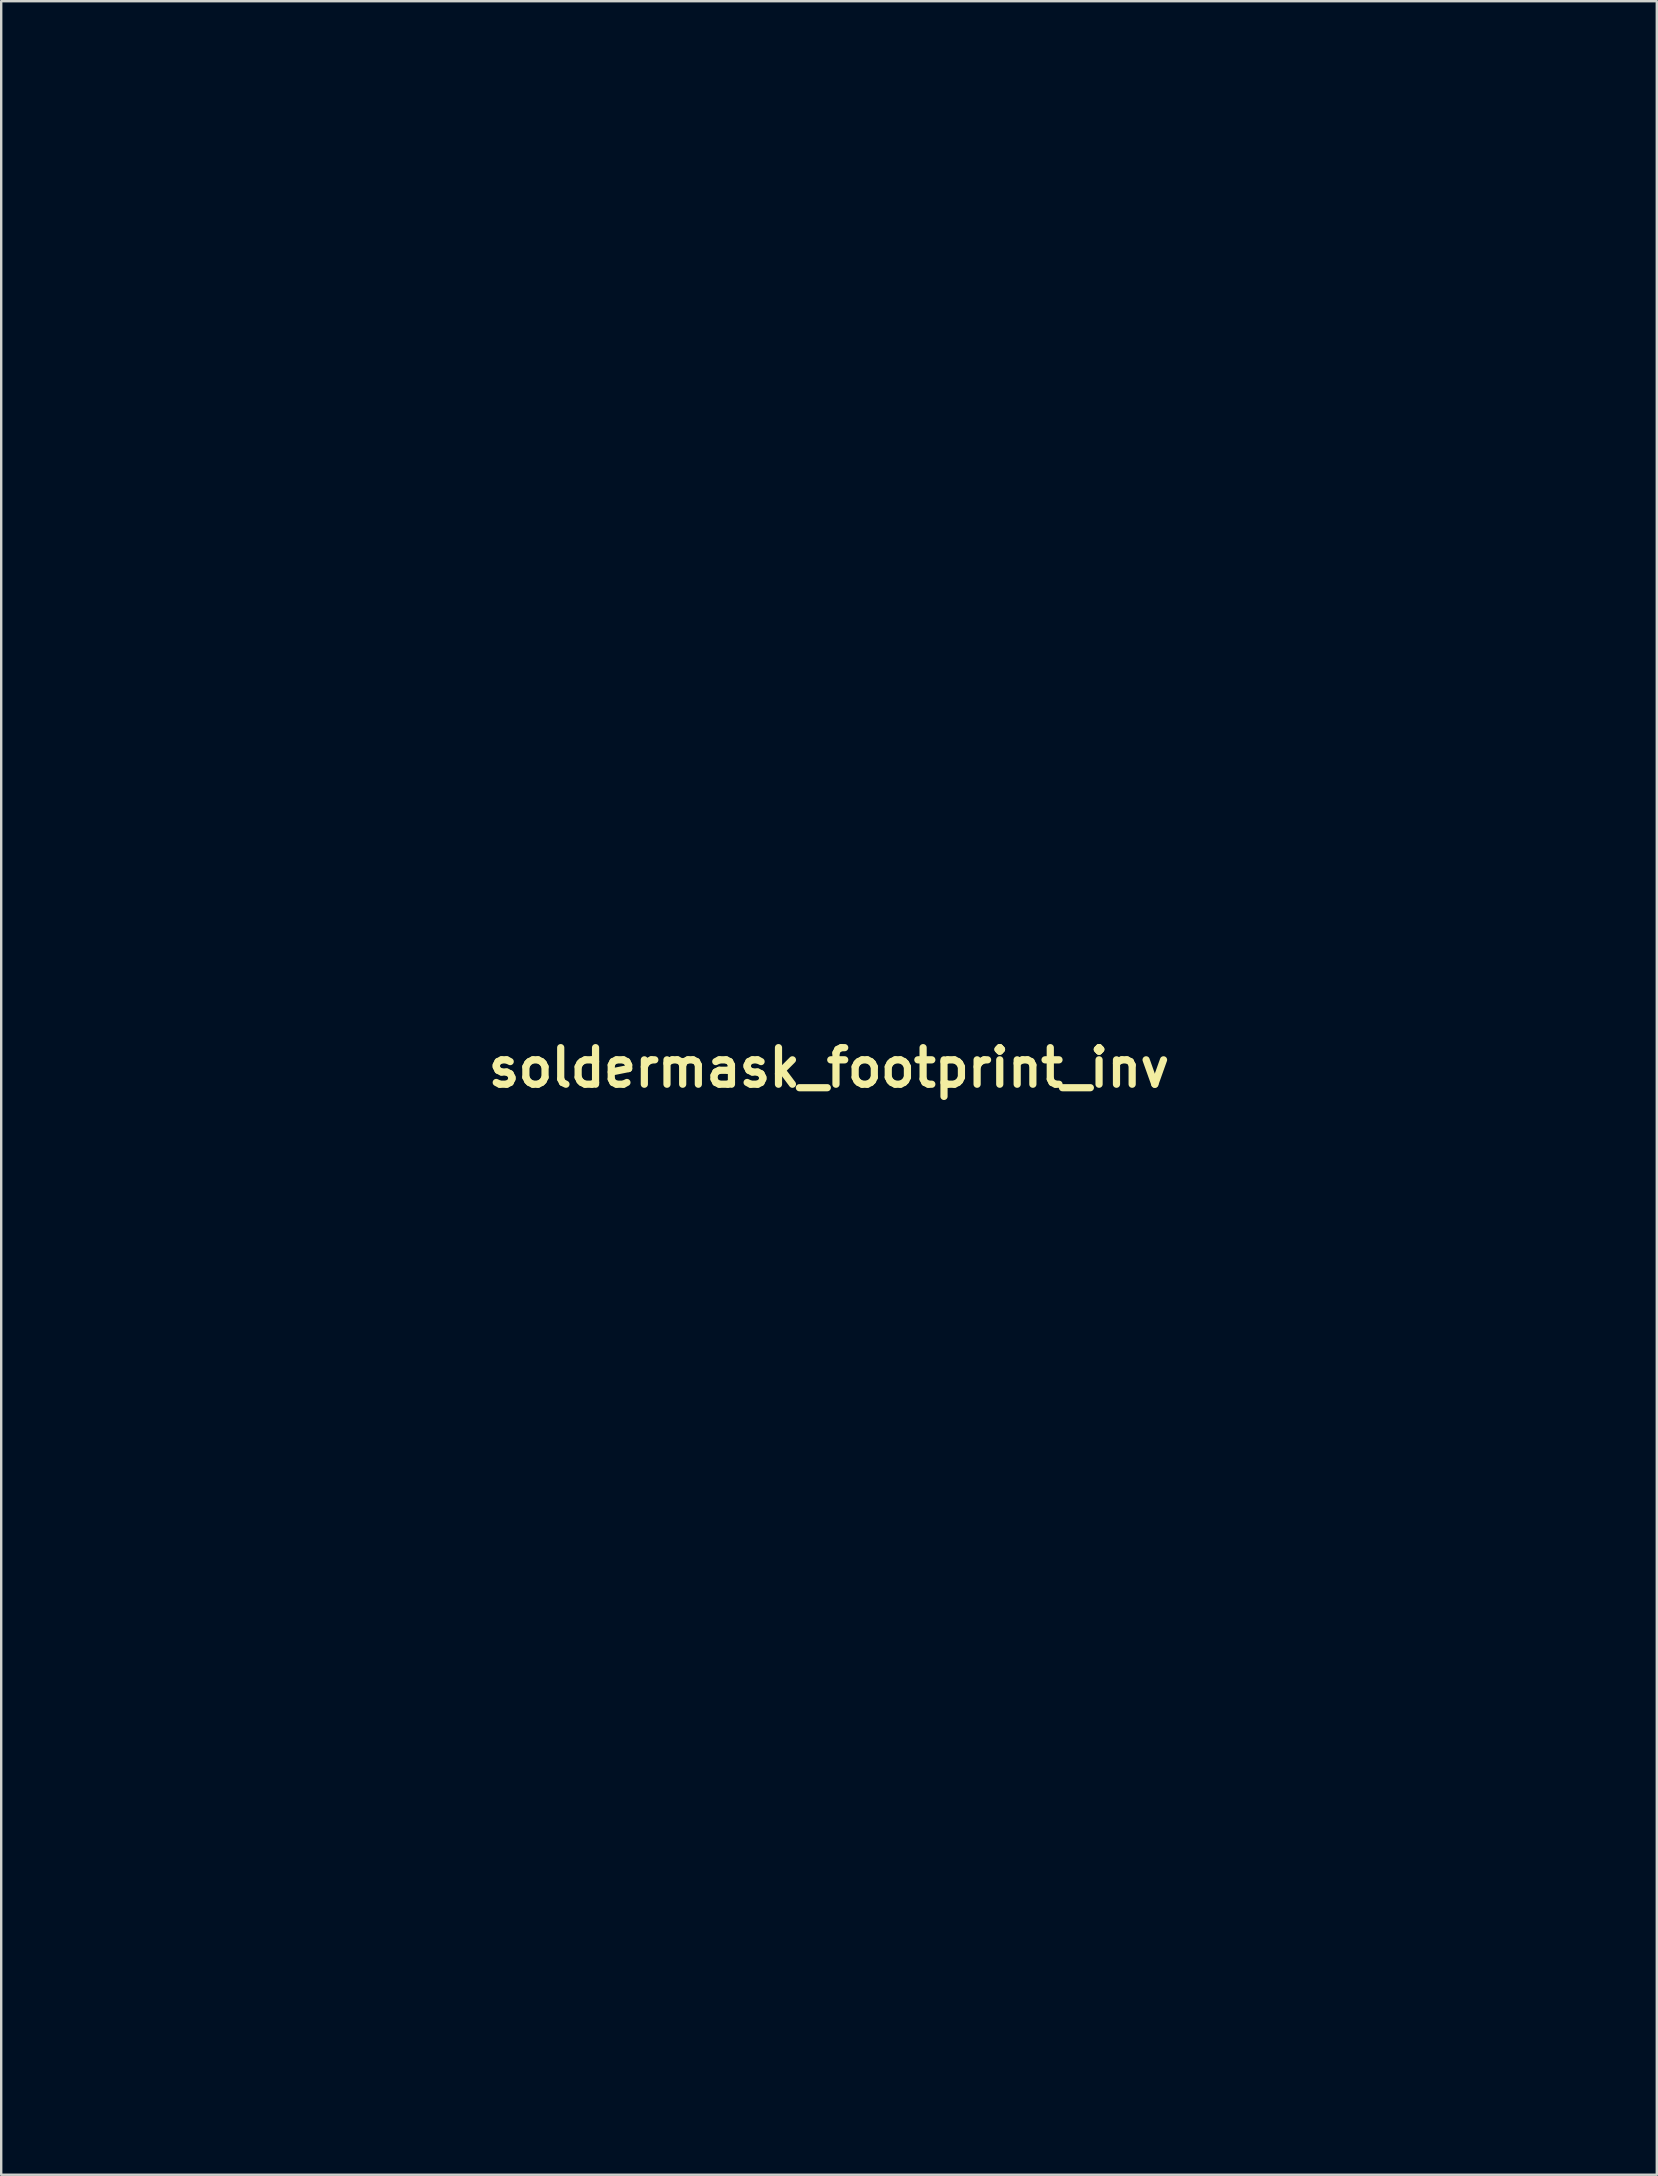
<source format=kicad_pcb>
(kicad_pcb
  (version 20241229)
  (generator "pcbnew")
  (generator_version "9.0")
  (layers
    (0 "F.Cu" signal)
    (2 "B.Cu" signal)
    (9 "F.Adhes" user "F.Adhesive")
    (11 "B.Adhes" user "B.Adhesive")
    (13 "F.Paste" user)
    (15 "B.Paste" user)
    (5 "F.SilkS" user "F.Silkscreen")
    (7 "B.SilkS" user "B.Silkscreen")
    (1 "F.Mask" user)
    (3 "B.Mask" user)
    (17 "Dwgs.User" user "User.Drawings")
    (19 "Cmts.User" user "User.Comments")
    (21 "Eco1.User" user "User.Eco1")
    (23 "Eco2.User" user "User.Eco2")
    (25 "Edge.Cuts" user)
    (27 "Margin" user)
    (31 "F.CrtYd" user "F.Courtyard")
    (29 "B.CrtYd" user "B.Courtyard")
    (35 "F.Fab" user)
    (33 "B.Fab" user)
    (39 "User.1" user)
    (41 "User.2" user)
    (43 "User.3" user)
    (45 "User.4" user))
  (footprint "soldermask_footprint_inv"
    (layer "F.Cu")
    (at 31.482 41.423)
    (property "Reference" "soldermask_footprint_inv" (at 0 0 0) (layer "F.SilkS") (effects (font (size 1.524 1.524) (thickness 0.3))))
    (attr through_hole)
    (fp_poly (pts (xy -11.823 -15.204) (xy -14.315 -15.204) (xy -14.315 -16.806) (xy -11.823 -16.806) (xy -11.823 -15.204)) (stroke (width 0.01) (type solid)) (fill yes) (layer "F.Mask"))
    (fp_poly (pts (xy 14.213 -15.204) (xy 11.721 -15.204) (xy 11.721 -16.806) (xy 14.213 -16.806) (xy 14.213 -15.204)) (stroke (width 0.01) (type solid)) (fill yes) (layer "F.Mask"))
    (fp_poly (pts (xy 25.313 -41.113) (xy -20.213 -41.113) (xy -20.213 -41.418) (xy 25.615 -41.418) (xy 25.313 -41.113)) (stroke (width 0.01) (type solid)) (fill yes) (layer "F.Mask"))
    (fp_poly (pts (xy 29.417 -1.881) (xy 29.138 -1.881) (xy 29.138 -13.094) (xy 29.417 -13.094) (xy 29.417 -1.881)) (stroke (width 0.01) (type solid)) (fill yes) (layer "F.Mask"))
    (fp_poly (pts (xy 31.477 36.333) (xy 29.646 36.333) (xy 29.646 35.748) (xy 31.477 35.748) (xy 31.477 36.333)) (stroke (width 0.01) (type solid)) (fill yes) (layer "F.Mask"))
    (fp_poly (pts (xy -4.322 -7.399) (xy -13.933 -7.399) (xy -13.933 -3.483) (xy -14.315 -3.483) (xy -14.315 -7.78) (xy -4.322 -7.78) (xy -4.322 -7.399)) (stroke (width 0.01) (type solid)) (fill yes) (layer "F.Mask"))
    (fp_poly (pts (xy -29.849 0.903) (xy -28.489 2.263) (xy -27.129 3.623) (xy -27.129 3.916) (xy -31.477 3.916) (xy -31.477 -0.75) (xy -30.86 -1.367) (xy -30.243 -1.983) (xy -29.849 -1.983) (xy -29.849 0.903)) (stroke (width 0.01) (type solid)) (fill yes) (layer "F.Mask"))
    (fp_poly (pts (xy 14.213 -4.399) (xy 8.619 -4.399) (xy 8.619 -4.576) (xy 11.219 -4.583) (xy 13.819 -4.589) (xy 13.825 -5.994) (xy 13.832 -7.399) (xy 4.221 -7.399) (xy 4.221 -7.78) (xy 14.213 -7.78) (xy 14.213 -4.399)) (stroke (width 0.01) (type solid)) (fill yes) (layer "F.Mask"))
    (fp_poly (pts (xy 31.477 -25.705) (xy 29.341 -25.705) (xy 29.341 -14.391) (xy 31.477 -14.391) (xy 31.477 -14.111) (xy 28.731 -14.111) (xy 28.737 -20.156) (xy 28.743 -26.201) (xy 30.11 -26.207) (xy 31.477 -26.214) (xy 31.477 -25.705)) (stroke (width 0.01) (type solid)) (fill yes) (layer "F.Mask"))
    (fp_poly (pts (xy -4.424 -25.197) (xy -14.315 -25.197) (xy -14.315 -38.621) (xy -14.111 -38.621) (xy -14.111 -25.4) (xy -4.602 -25.4) (xy -4.602 -38.621) (xy -14.111 -38.621) (xy -14.315 -38.621) (xy -14.315 -38.799) (xy -4.424 -38.799) (xy -4.424 -25.197)) (stroke (width 0.01) (type solid)) (fill yes) (layer "F.Mask"))
    (fp_poly (pts (xy 3.102 -37.706) (xy -3.204 -37.706) (xy -3.204 -38.621) (xy -3 -38.621) (xy -3 -37.909) (xy 2.898 -37.909) (xy 2.898 -38.621) (xy -3 -38.621) (xy -3.204 -38.621) (xy -3.204 -38.799) (xy 3.102 -38.799) (xy 3.102 -37.706)) (stroke (width 0.01) (type solid)) (fill yes) (layer "F.Mask"))
    (fp_poly (pts (xy 3.102 -30.205) (xy -3.204 -30.205) (xy -3.204 -36.613) (xy -3 -36.613) (xy -3 -30.409) (xy 2.898 -30.409) (xy 2.898 -36.613) (xy -3 -36.613) (xy -3.204 -36.613) (xy -3.204 -36.791) (xy 3.102 -36.791) (xy 3.102 -30.205)) (stroke (width 0.01) (type solid)) (fill yes) (layer "F.Mask"))
    (fp_poly (pts (xy 3.102 -25.197) (xy -3.204 -25.197) (xy -3.204 -29.112) (xy -3 -29.112) (xy -3 -25.4) (xy 2.898 -25.4) (xy 2.898 -29.112) (xy -3 -29.112) (xy -3.204 -29.112) (xy -3.204 -29.29) (xy 3.102 -29.29) (xy 3.102 -25.197)) (stroke (width 0.01) (type solid)) (fill yes) (layer "F.Mask"))
    (fp_poly (pts (xy 14.111 -31.197) (xy 4.297 -31.197) (xy 4.297 -31.4) (xy 4.5 -31.4) (xy 13.92 -31.413) (xy 13.92 -36.117) (xy 4.5 -36.13) (xy 4.5 -31.4) (xy 4.297 -31.4) (xy 4.297 -36.282) (xy 14.111 -36.282) (xy 14.111 -31.197)) (stroke (width 0.01) (type solid)) (fill yes) (layer "F.Mask"))
    (fp_poly (pts (xy 14.111 -25.197) (xy 4.297 -25.197) (xy 4.297 -30.104) (xy 4.5 -30.104) (xy 4.5 -25.4) (xy 9.21 -25.406) (xy 13.92 -25.413) (xy 13.927 -27.758) (xy 13.933 -30.104) (xy 4.5 -30.104) (xy 4.297 -30.104) (xy 4.297 -30.282) (xy 14.111 -30.282) (xy 14.111 -25.197)) (stroke (width 0.01) (type solid)) (fill yes) (layer "F.Mask"))
    (fp_poly (pts (xy -18.739 1.614) (xy -18.973 1.849) (xy -19.062 1.937) (xy -19.137 2.01) (xy -19.192 2.061) (xy -19.22 2.084) (xy -19.222 2.085) (xy -19.244 2.068) (xy -19.294 2.021) (xy -19.367 1.952) (xy -19.454 1.866) (xy -19.476 1.843) (xy -19.716 1.602) (xy -19.476 1.36) (xy -19.235 1.119) (xy -18.739 1.614)) (stroke (width 0.01) (type solid)) (fill yes) (layer "F.Mask"))
    (fp_poly (pts (xy -28.832 -30.995) (xy -28.832 -30.071) (xy -28.833 -29.853) (xy -28.834 -29.595) (xy -28.835 -29.306) (xy -28.838 -28.995) (xy -28.84 -28.673) (xy -28.843 -28.349) (xy -28.846 -28.034) (xy -28.849 -27.769) (xy -28.866 -26.392) (xy -31.477 -26.392) (xy -31.477 -26.697) (xy -29.138 -26.697) (xy -29.131 -29.04) (xy -29.125 -31.384) (xy -28.832 -30.995)) (stroke (width 0.01) (type solid)) (fill yes) (layer "F.Mask"))
    (fp_poly (pts (xy -23.828 -41.105) (xy -23.621 -40.922) (xy -23.621 -40.574) (xy -23.62 -40.227) (xy -23.813 -40.053) (xy -23.896 -39.98) (xy -23.968 -39.92) (xy -24.018 -39.883) (xy -24.035 -39.874) (xy -24.065 -39.888) (xy -24.123 -39.93) (xy -24.198 -39.994) (xy -24.263 -40.052) (xy -24.46 -40.236) (xy -24.459 -40.907) (xy -24.338 -41.019) (xy -24.257 -41.094) (xy -24.174 -41.168) (xy -24.127 -41.21) (xy -24.036 -41.288) (xy -23.828 -41.105)) (stroke (width 0.01) (type solid)) (fill yes) (layer "F.Mask"))
    (fp_poly (pts (xy 3.229 -6.687) (xy 2.924 -6.687) (xy 2.924 -7.116) (xy 2.923 -7.29) (xy 2.918 -7.42) (xy 2.909 -7.509) (xy 2.895 -7.565) (xy 2.873 -7.592) (xy 2.843 -7.596) (xy 2.815 -7.588) (xy 2.791 -7.573) (xy 2.773 -7.544) (xy 2.761 -7.495) (xy 2.753 -7.418) (xy 2.748 -7.307) (xy 2.747 -7.155) (xy 2.746 -7.075) (xy 2.746 -6.687) (xy 2.441 -6.687) (xy 2.441 -7.806) (xy 3.229 -7.806) (xy 3.229 -6.687)) (stroke (width 0.01) (type solid)) (fill yes) (layer "F.Mask"))
    (fp_poly (pts (xy -2.568 -7.146) (xy -2.803 -7.139) (xy -3.038 -7.132) (xy -3.046 -6.909) (xy -3.053 -6.687) (xy -3.356 -6.687) (xy -3.356 -7.432) (xy -3.053 -7.432) (xy -3.042 -7.377) (xy -3.034 -7.365) (xy -2.987 -7.348) (xy -2.929 -7.362) (xy -2.9 -7.385) (xy -2.874 -7.445) (xy -2.881 -7.51) (xy -2.913 -7.566) (xy -2.961 -7.597) (xy -3.009 -7.594) (xy -3.034 -7.562) (xy -3.05 -7.5) (xy -3.053 -7.432) (xy -3.356 -7.432) (xy -3.356 -7.806) (xy -2.568 -7.806) (xy -2.568 -7.146)) (stroke (width 0.01) (type solid)) (fill yes) (layer "F.Mask"))
    (fp_poly (pts (xy 29.405 -37.554) (xy 29.407 -37.48) (xy 29.408 -37.361) (xy 29.409 -37.197) (xy 29.41 -36.993) (xy 29.411 -36.749) (xy 29.412 -36.469) (xy 29.413 -36.155) (xy 29.414 -35.809) (xy 29.415 -35.433) (xy 29.415 -35.031) (xy 29.416 -34.604) (xy 29.416 -34.155) (xy 29.417 -33.685) (xy 29.417 -33.199) (xy 29.417 -32.697) (xy 29.417 -32.392) (xy 29.417 -27.205) (xy 29.138 -27.205) (xy 29.138 -37.414) (xy 29.265 -37.496) (xy 29.334 -37.54) (xy 29.385 -37.57) (xy 29.404 -37.579) (xy 29.405 -37.554)) (stroke (width 0.01) (type solid)) (fill yes) (layer "F.Mask"))
    (fp_poly (pts (xy 2.263 -6.687) (xy 1.475 -6.687) (xy 1.475 -7.233) (xy 1.78 -7.233) (xy 1.783 -7.103) (xy 1.794 -7.014) (xy 1.813 -6.957) (xy 1.819 -6.947) (xy 1.861 -6.9) (xy 1.896 -6.896) (xy 1.927 -6.921) (xy 1.942 -6.961) (xy 1.953 -7.038) (xy 1.958 -7.141) (xy 1.96 -7.254) (xy 1.956 -7.368) (xy 1.949 -7.467) (xy 1.937 -7.541) (xy 1.923 -7.574) (xy 1.87 -7.592) (xy 1.821 -7.567) (xy 1.795 -7.518) (xy 1.789 -7.468) (xy 1.783 -7.383) (xy 1.78 -7.277) (xy 1.78 -7.233) (xy 1.475 -7.233) (xy 1.475 -7.806) (xy 2.263 -7.806) (xy 2.263 -6.687)) (stroke (width 0.01) (type solid)) (fill yes) (layer "F.Mask"))
    (fp_poly (pts (xy 9.865 -6.928) (xy 10.059 -6.855) (xy 10.234 -6.743) (xy 10.382 -6.597) (xy 10.485 -6.438) (xy 10.564 -6.229) (xy 10.593 -6.014) (xy 10.573 -5.798) (xy 10.503 -5.588) (xy 10.488 -5.555) (xy 10.37 -5.374) (xy 10.219 -5.227) (xy 10.04 -5.118) (xy 9.841 -5.049) (xy 9.629 -5.025) (xy 9.463 -5.038) (xy 9.263 -5.094) (xy 9.083 -5.192) (xy 8.929 -5.324) (xy 8.804 -5.483) (xy 8.714 -5.664) (xy 8.664 -5.859) (xy 8.657 -6.061) (xy 8.669 -6.153) (xy 8.735 -6.369) (xy 8.842 -6.558) (xy 8.986 -6.716) (xy 9.162 -6.839) (xy 9.367 -6.922) (xy 9.452 -6.942) (xy 9.66 -6.958) (xy 9.865 -6.928)) (stroke (width 0.01) (type solid)) (fill yes) (layer "F.Mask"))
    (fp_poly (pts (xy -28.629 -14.391) (xy -28.044 -14.391) (xy -28.043 -7.075) (xy -28.042 0.242) (xy -27.299 1.034) (xy -26.557 1.827) (xy -23.277 1.833) (xy -22.641 2.772) (xy -22.508 2.969) (xy -22.383 3.154) (xy -22.269 3.323) (xy -22.169 3.471) (xy -22.086 3.593) (xy -22.023 3.686) (xy -21.983 3.745) (xy -21.971 3.763) (xy -21.957 3.787) (xy -21.959 3.802) (xy -21.988 3.81) (xy -22.05 3.813) (xy -22.154 3.814) (xy -22.164 3.814) (xy -22.392 3.814) (xy -23.024 2.911) (xy -24.93 2.905) (xy -26.837 2.898) (xy -27.987 1.748) (xy -29.138 0.598) (xy -29.138 -13.196) (xy -31.477 -13.196) (xy -31.477 -14.798) (xy -28.629 -14.798) (xy -28.629 -14.391)) (stroke (width 0.01) (type solid)) (fill yes) (layer "F.Mask"))
    (fp_poly (pts (xy 12.683 -6.922) (xy 12.829 -6.868) (xy 13.007 -6.765) (xy 13.146 -6.638) (xy 13.257 -6.477) (xy 13.285 -6.423) (xy 13.365 -6.209) (xy 13.394 -5.996) (xy 13.373 -5.784) (xy 13.301 -5.577) (xy 13.29 -5.555) (xy 13.173 -5.375) (xy 13.021 -5.228) (xy 12.842 -5.118) (xy 12.642 -5.049) (xy 12.429 -5.025) (xy 12.261 -5.038) (xy 12.06 -5.095) (xy 11.88 -5.193) (xy 11.727 -5.327) (xy 11.604 -5.489) (xy 11.516 -5.675) (xy 11.468 -5.877) (xy 11.464 -6.089) (xy 11.472 -6.148) (xy 11.527 -6.352) (xy 11.622 -6.532) (xy 11.751 -6.685) (xy 11.908 -6.807) (xy 12.086 -6.895) (xy 12.278 -6.946) (xy 12.48 -6.956) (xy 12.683 -6.922)) (stroke (width 0.01) (type solid)) (fill yes) (layer "F.Mask"))
    (fp_poly (pts (xy 24.6 39.807) (xy 24.68 39.826) (xy 24.792 39.859) (xy 24.926 39.903) (xy 24.971 39.92) (xy 25.16 39.988) (xy 25.306 40.042) (xy 25.414 40.084) (xy 25.49 40.118) (xy 25.539 40.145) (xy 25.566 40.168) (xy 25.577 40.19) (xy 25.578 40.201) (xy 25.559 40.253) (xy 25.509 40.322) (xy 25.442 40.393) (xy 25.367 40.455) (xy 25.313 40.487) (xy 25.217 40.515) (xy 25.094 40.526) (xy 24.964 40.52) (xy 24.849 40.497) (xy 24.835 40.492) (xy 24.707 40.434) (xy 24.612 40.359) (xy 24.544 40.272) (xy 24.501 40.181) (xy 24.478 40.078) (xy 24.475 39.975) (xy 24.491 39.886) (xy 24.527 39.824) (xy 24.558 39.804) (xy 24.6 39.807)) (stroke (width 0.01) (type solid)) (fill yes) (layer "F.Mask"))
    (fp_poly (pts (xy 1.297 -7.475) (xy 1.144 -7.475) (xy 1.053 -7.479) (xy 1.005 -7.49) (xy 0.992 -7.51) (xy 0.974 -7.554) (xy 0.951 -7.579) (xy 0.916 -7.598) (xy 0.885 -7.58) (xy 0.862 -7.554) (xy 0.834 -7.492) (xy 0.817 -7.395) (xy 0.809 -7.279) (xy 0.811 -7.158) (xy 0.824 -7.049) (xy 0.846 -6.967) (xy 0.862 -6.938) (xy 0.9 -6.9) (xy 0.93 -6.899) (xy 0.951 -6.913) (xy 0.985 -6.958) (xy 0.987 -6.998) (xy 0.957 -7.017) (xy 0.953 -7.017) (xy 0.928 -7.032) (xy 0.917 -7.083) (xy 0.915 -7.132) (xy 0.915 -7.246) (xy 1.297 -7.246) (xy 1.297 -6.687) (xy 0.509 -6.687) (xy 0.509 -7.806) (xy 1.297 -7.806) (xy 1.297 -7.475)) (stroke (width 0.01) (type solid)) (fill yes) (layer "F.Mask"))
    (fp_poly (pts (xy -1.602 -6.687) (xy -1.907 -6.687) (xy -1.907 -6.803) (xy -1.909 -6.874) (xy -1.92 -6.906) (xy -1.952 -6.914) (xy -1.99 -6.911) (xy -2.042 -6.902) (xy -2.067 -6.878) (xy -2.078 -6.823) (xy -2.08 -6.795) (xy -2.088 -6.687) (xy -2.39 -6.687) (xy -2.39 -7.324) (xy -2.085 -7.324) (xy -2.083 -7.235) (xy -2.076 -7.167) (xy -2.068 -7.136) (xy -2.032 -7.124) (xy -1.979 -7.119) (xy -1.907 -7.119) (xy -1.907 -7.332) (xy -1.909 -7.446) (xy -1.918 -7.52) (xy -1.934 -7.563) (xy -1.948 -7.579) (xy -1.982 -7.598) (xy -2.014 -7.58) (xy -2.037 -7.554) (xy -2.066 -7.503) (xy -2.081 -7.43) (xy -2.085 -7.324) (xy -2.39 -7.324) (xy -2.39 -7.806) (xy -1.602 -7.806) (xy -1.602 -6.687)) (stroke (width 0.01) (type solid)) (fill yes) (layer "F.Mask"))
    (fp_poly (pts (xy 0.331 -6.687) (xy 0.025 -6.687) (xy 0.025 -6.803) (xy 0.024 -6.874) (xy 0.012 -6.906) (xy -0.019 -6.914) (xy -0.057 -6.911) (xy -0.11 -6.902) (xy -0.135 -6.878) (xy -0.145 -6.823) (xy -0.148 -6.795) (xy -0.155 -6.687) (xy -0.458 -6.687) (xy -0.458 -7.324) (xy -0.153 -7.324) (xy -0.15 -7.235) (xy -0.144 -7.167) (xy -0.136 -7.136) (xy -0.1 -7.124) (xy -0.047 -7.119) (xy 0.025 -7.119) (xy 0.025 -7.332) (xy 0.023 -7.446) (xy 0.015 -7.52) (xy -0.002 -7.563) (xy -0.016 -7.579) (xy -0.05 -7.598) (xy -0.082 -7.58) (xy -0.105 -7.554) (xy -0.133 -7.503) (xy -0.148 -7.43) (xy -0.153 -7.324) (xy -0.458 -7.324) (xy -0.458 -7.806) (xy 0.331 -7.806) (xy 0.331 -6.687)) (stroke (width 0.01) (type solid)) (fill yes) (layer "F.Mask"))
    (fp_poly (pts (xy 31.477 -0.102) (xy -18.027 -0.102) (xy -18.027 1.309) (xy -18.624 0.712) (xy -19.222 0.115) (xy -19.972 0.865) (xy -20.722 1.615) (xy -19.972 2.364) (xy -19.222 3.114) (xy -18.624 2.517) (xy -18.027 1.92) (xy -18.027 3.432) (xy 31.477 3.432) (xy 31.477 3.916) (xy -21.047 3.916) (xy -21.781 2.77) (xy -21.92 2.553) (xy -22.05 2.349) (xy -22.17 2.161) (xy -22.275 1.995) (xy -22.365 1.854) (xy -22.435 1.742) (xy -22.485 1.663) (xy -22.511 1.621) (xy -22.514 1.615) (xy -22.5 1.592) (xy -22.46 1.532) (xy -22.397 1.437) (xy -22.313 1.313) (xy -22.211 1.162) (xy -22.094 0.989) (xy -21.963 0.797) (xy -21.823 0.591) (xy -21.768 0.51) (xy -21.021 -0.585) (xy 31.477 -0.585) (xy 31.477 -0.102)) (stroke (width 0.01) (type solid)) (fill yes) (layer "F.Mask"))
    (fp_poly (pts (xy -28.205 -33.757) (xy -28.135 -33.737) (xy -28.045 -33.709) (xy -27.948 -33.678) (xy -27.857 -33.647) (xy -27.786 -33.621) (xy -27.748 -33.604) (xy -27.746 -33.602) (xy -27.746 -33.574) (xy -27.756 -33.507) (xy -27.773 -33.413) (xy -27.791 -33.326) (xy -27.848 -33.061) (xy -28.139 -32.892) (xy -28.25 -32.829) (xy -28.349 -32.777) (xy -28.425 -32.74) (xy -28.469 -32.725) (xy -28.472 -32.725) (xy -28.514 -32.733) (xy -28.59 -32.755) (xy -28.689 -32.786) (xy -28.743 -32.804) (xy -28.842 -32.838) (xy -28.921 -32.865) (xy -28.968 -32.882) (xy -28.976 -32.885) (xy -28.973 -32.909) (xy -28.96 -32.973) (xy -28.941 -33.066) (xy -28.922 -33.153) (xy -28.885 -33.303) (xy -28.85 -33.402) (xy -28.819 -33.451) (xy -28.817 -33.452) (xy -28.761 -33.489) (xy -28.679 -33.538) (xy -28.581 -33.594) (xy -28.479 -33.65) (xy -28.383 -33.701) (xy -28.304 -33.74) (xy -28.254 -33.762) (xy -28.242 -33.765) (xy -28.205 -33.757)) (stroke (width 0.01) (type solid)) (fill yes) (layer "F.Mask"))
    (fp_poly (pts (xy -18.591 -9.388) (xy -18.365 -9.353) (xy -18.136 -9.284) (xy -17.906 -9.182) (xy -17.681 -9.048) (xy -17.464 -8.883) (xy -17.26 -8.687) (xy -17.073 -8.461) (xy -16.997 -8.354) (xy -16.835 -8.076) (xy -16.717 -7.797) (xy -16.643 -7.521) (xy -16.613 -7.251) (xy -16.628 -6.992) (xy -16.69 -6.747) (xy -16.744 -6.619) (xy -16.86 -6.43) (xy -17.008 -6.281) (xy -17.188 -6.17) (xy -17.402 -6.096) (xy -17.438 -6.088) (xy -17.589 -6.062) (xy -17.724 -6.056) (xy -17.868 -6.07) (xy -17.976 -6.089) (xy -18.254 -6.169) (xy -18.526 -6.296) (xy -18.786 -6.463) (xy -19.027 -6.667) (xy -19.245 -6.901) (xy -19.433 -7.163) (xy -19.567 -7.408) (xy -19.682 -7.697) (xy -19.752 -7.978) (xy -19.775 -8.25) (xy -19.751 -8.509) (xy -19.681 -8.752) (xy -19.637 -8.849) (xy -19.52 -9.032) (xy -19.375 -9.176) (xy -19.206 -9.284) (xy -19.016 -9.354) (xy -18.81 -9.389) (xy -18.591 -9.388)) (stroke (width 0.01) (type solid)) (fill yes) (layer "F.Mask"))
    (fp_poly (pts (xy -11.836 -6.951) (xy -11.547 -6.927) (xy -11.283 -6.861) (xy -11.04 -6.749) (xy -10.814 -6.591) (xy -10.641 -6.43) (xy -10.454 -6.201) (xy -10.316 -5.956) (xy -10.224 -5.692) (xy -10.18 -5.41) (xy -10.178 -5.174) (xy -10.214 -4.888) (xy -10.293 -4.627) (xy -10.416 -4.387) (xy -10.585 -4.164) (xy -10.676 -4.068) (xy -10.903 -3.877) (xy -11.148 -3.733) (xy -11.413 -3.637) (xy -11.696 -3.587) (xy -11.999 -3.585) (xy -12.043 -3.589) (xy -12.319 -3.637) (xy -12.577 -3.734) (xy -12.82 -3.878) (xy -13.048 -4.071) (xy -13.058 -4.08) (xy -13.248 -4.3) (xy -13.391 -4.535) (xy -13.488 -4.787) (xy -13.538 -5.059) (xy -13.545 -5.356) (xy -13.545 -5.362) (xy -13.506 -5.654) (xy -13.422 -5.927) (xy -13.294 -6.177) (xy -13.125 -6.4) (xy -12.918 -6.592) (xy -12.675 -6.751) (xy -12.573 -6.802) (xy -12.406 -6.871) (xy -12.253 -6.917) (xy -12.093 -6.942) (xy -11.91 -6.951) (xy -11.836 -6.951)) (stroke (width 0.01) (type solid)) (fill yes) (layer "F.Mask"))
    (fp_poly (pts (xy -22.788 -12.314) (xy -22.51 -12.251) (xy -22.239 -12.139) (xy -21.976 -11.978) (xy -21.718 -11.766) (xy -21.628 -11.68) (xy -21.406 -11.425) (xy -21.223 -11.152) (xy -21.084 -10.865) (xy -20.991 -10.57) (xy -20.945 -10.271) (xy -20.94 -10.157) (xy -20.958 -9.9) (xy -21.017 -9.67) (xy -21.114 -9.469) (xy -21.249 -9.301) (xy -21.42 -9.167) (xy -21.604 -9.076) (xy -21.763 -9.034) (xy -21.946 -9.012) (xy -22.135 -9.012) (xy -22.306 -9.036) (xy -22.311 -9.037) (xy -22.617 -9.133) (xy -22.906 -9.275) (xy -23.175 -9.457) (xy -23.419 -9.677) (xy -23.633 -9.931) (xy -23.814 -10.213) (xy -23.958 -10.52) (xy -24.01 -10.669) (xy -24.075 -10.943) (xy -24.096 -11.207) (xy -24.074 -11.459) (xy -24.009 -11.69) (xy -23.977 -11.763) (xy -23.878 -11.935) (xy -23.759 -12.069) (xy -23.609 -12.178) (xy -23.526 -12.222) (xy -23.431 -12.267) (xy -23.355 -12.296) (xy -23.278 -12.313) (xy -23.185 -12.322) (xy -23.074 -12.327) (xy -22.788 -12.314)) (stroke (width 0.01) (type solid)) (fill yes) (layer "F.Mask"))
    (fp_poly (pts (xy -19.959 -33.779) (xy -19.895 -33.747) (xy -19.809 -33.701) (xy -19.71 -33.647) (xy -19.609 -33.591) (xy -19.516 -33.537) (xy -19.442 -33.493) (xy -19.398 -33.464) (xy -19.394 -33.461) (xy -19.383 -33.433) (xy -19.365 -33.368) (xy -19.343 -33.278) (xy -19.32 -33.177) (xy -19.299 -33.078) (xy -19.282 -32.994) (xy -19.273 -32.936) (xy -19.272 -32.924) (xy -19.295 -32.91) (xy -19.354 -32.885) (xy -19.438 -32.855) (xy -19.534 -32.822) (xy -19.63 -32.791) (xy -19.715 -32.766) (xy -19.776 -32.752) (xy -19.797 -32.749) (xy -19.826 -32.762) (xy -19.89 -32.796) (xy -19.979 -32.845) (xy -20.085 -32.906) (xy -20.094 -32.912) (xy -20.2 -32.974) (xy -20.289 -33.028) (xy -20.353 -33.067) (xy -20.382 -33.087) (xy -20.383 -33.087) (xy -20.394 -33.117) (xy -20.412 -33.185) (xy -20.435 -33.281) (xy -20.454 -33.365) (xy -20.511 -33.629) (xy -20.266 -33.71) (xy -20.159 -33.744) (xy -20.069 -33.771) (xy -20.008 -33.787) (xy -19.989 -33.79) (xy -19.959 -33.779)) (stroke (width 0.01) (type solid)) (fill yes) (layer "F.Mask"))
    (fp_poly (pts (xy 6.618 -6.935) (xy 6.64 -6.931) (xy 6.923 -6.852) (xy 7.183 -6.729) (xy 7.417 -6.566) (xy 7.618 -6.367) (xy 7.784 -6.133) (xy 7.827 -6.055) (xy 7.915 -5.866) (xy 7.973 -5.69) (xy 8.006 -5.508) (xy 8.017 -5.301) (xy 8.017 -5.25) (xy 8.014 -5.104) (xy 8.003 -4.989) (xy 7.984 -4.886) (xy 7.952 -4.776) (xy 7.95 -4.767) (xy 7.835 -4.492) (xy 7.683 -4.248) (xy 7.497 -4.038) (xy 7.281 -3.864) (xy 7.038 -3.729) (xy 6.774 -3.636) (xy 6.491 -3.587) (xy 6.195 -3.584) (xy 6.136 -3.59) (xy 5.86 -3.643) (xy 5.599 -3.743) (xy 5.359 -3.884) (xy 5.145 -4.062) (xy 4.962 -4.273) (xy 4.815 -4.514) (xy 4.74 -4.689) (xy 4.665 -4.965) (xy 4.638 -5.243) (xy 4.657 -5.518) (xy 4.72 -5.784) (xy 4.824 -6.036) (xy 4.967 -6.268) (xy 5.147 -6.475) (xy 5.363 -6.652) (xy 5.569 -6.773) (xy 5.834 -6.883) (xy 6.092 -6.946) (xy 6.35 -6.963) (xy 6.618 -6.935)) (stroke (width 0.01) (type solid)) (fill yes) (layer "F.Mask"))
    (fp_poly (pts (xy 23.135 -12.321) (xy 23.302 -12.291) (xy 23.422 -12.25) (xy 23.609 -12.136) (xy 23.768 -11.984) (xy 23.895 -11.8) (xy 23.982 -11.593) (xy 23.992 -11.56) (xy 24.017 -11.411) (xy 24.026 -11.233) (xy 24.019 -11.043) (xy 23.996 -10.86) (xy 23.976 -10.765) (xy 23.885 -10.487) (xy 23.758 -10.223) (xy 23.6 -9.975) (xy 23.416 -9.748) (xy 23.21 -9.545) (xy 22.988 -9.368) (xy 22.752 -9.223) (xy 22.509 -9.112) (xy 22.262 -9.038) (xy 22.016 -9.005) (xy 21.776 -9.016) (xy 21.674 -9.036) (xy 21.458 -9.113) (xy 21.271 -9.231) (xy 21.116 -9.386) (xy 20.996 -9.575) (xy 20.914 -9.795) (xy 20.897 -9.863) (xy 20.882 -9.991) (xy 20.88 -10.15) (xy 20.889 -10.321) (xy 20.909 -10.486) (xy 20.936 -10.615) (xy 21.028 -10.877) (xy 21.161 -11.142) (xy 21.328 -11.397) (xy 21.521 -11.631) (xy 21.584 -11.696) (xy 21.845 -11.923) (xy 22.122 -12.103) (xy 22.415 -12.237) (xy 22.603 -12.295) (xy 22.769 -12.324) (xy 22.952 -12.332) (xy 23.135 -12.321)) (stroke (width 0.01) (type solid)) (fill yes) (layer "F.Mask"))
    (fp_poly (pts (xy -6.2 -6.948) (xy -6.09 -6.941) (xy -5.998 -6.928) (xy -5.907 -6.905) (xy -5.835 -6.883) (xy -5.564 -6.768) (xy -5.322 -6.615) (xy -5.113 -6.428) (xy -4.938 -6.21) (xy -4.803 -5.967) (xy -4.709 -5.702) (xy -4.66 -5.42) (xy -4.653 -5.265) (xy -4.678 -4.977) (xy -4.75 -4.703) (xy -4.864 -4.448) (xy -5.019 -4.216) (xy -5.211 -4.012) (xy -5.436 -3.841) (xy -5.691 -3.706) (xy -5.842 -3.65) (xy -6.005 -3.611) (xy -6.198 -3.587) (xy -6.4 -3.582) (xy -6.526 -3.589) (xy -6.801 -3.637) (xy -7.059 -3.733) (xy -7.301 -3.877) (xy -7.529 -4.069) (xy -7.542 -4.082) (xy -7.733 -4.305) (xy -7.878 -4.547) (xy -7.975 -4.809) (xy -8.026 -5.091) (xy -8.034 -5.265) (xy -8.01 -5.555) (xy -7.94 -5.829) (xy -7.826 -6.084) (xy -7.672 -6.316) (xy -7.481 -6.52) (xy -7.255 -6.692) (xy -6.999 -6.827) (xy -6.852 -6.883) (xy -6.752 -6.913) (xy -6.662 -6.933) (xy -6.567 -6.944) (xy -6.448 -6.949) (xy -6.344 -6.949) (xy -6.2 -6.948)) (stroke (width 0.01) (type solid)) (fill yes) (layer "F.Mask"))
    (fp_poly (pts (xy -0.636 -7.589) (xy -0.637 -7.484) (xy -0.641 -7.42) (xy -0.651 -7.387) (xy -0.67 -7.375) (xy -0.686 -7.373) (xy -0.741 -7.353) (xy -0.773 -7.304) (xy -0.78 -7.24) (xy -0.762 -7.179) (xy -0.718 -7.137) (xy -0.699 -7.129) (xy -0.668 -7.119) (xy -0.649 -7.1) (xy -0.64 -7.06) (xy -0.636 -6.99) (xy -0.636 -6.9) (xy -0.636 -6.687) (xy -0.939 -6.687) (xy -0.946 -6.894) (xy -0.956 -7.02) (xy -0.976 -7.101) (xy -1.009 -7.14) (xy -1.058 -7.143) (xy -1.077 -7.137) (xy -1.098 -7.12) (xy -1.111 -7.082) (xy -1.117 -7.013) (xy -1.119 -6.904) (xy -1.119 -6.687) (xy -1.424 -6.687) (xy -1.424 -7.432) (xy -1.121 -7.432) (xy -1.11 -7.377) (xy -1.102 -7.365) (xy -1.054 -7.348) (xy -0.997 -7.362) (xy -0.967 -7.385) (xy -0.942 -7.445) (xy -0.949 -7.51) (xy -0.98 -7.566) (xy -1.029 -7.597) (xy -1.077 -7.594) (xy -1.102 -7.562) (xy -1.117 -7.5) (xy -1.121 -7.432) (xy -1.424 -7.432) (xy -1.424 -7.806) (xy -0.636 -7.806) (xy -0.636 -7.589)) (stroke (width 0.01) (type solid)) (fill yes) (layer "F.Mask"))
    (fp_poly (pts (xy 18.895 -9.366) (xy 19.094 -9.304) (xy 19.272 -9.205) (xy 19.426 -9.07) (xy 19.553 -8.899) (xy 19.642 -8.704) (xy 19.689 -8.511) (xy 19.708 -8.291) (xy 19.697 -8.06) (xy 19.658 -7.833) (xy 19.641 -7.77) (xy 19.522 -7.446) (xy 19.359 -7.145) (xy 19.157 -6.869) (xy 18.92 -6.624) (xy 18.652 -6.415) (xy 18.357 -6.246) (xy 18.328 -6.232) (xy 18.216 -6.184) (xy 18.106 -6.141) (xy 18.016 -6.111) (xy 17.995 -6.105) (xy 17.866 -6.082) (xy 17.72 -6.068) (xy 17.574 -6.063) (xy 17.449 -6.069) (xy 17.395 -6.077) (xy 17.199 -6.141) (xy 17.015 -6.243) (xy 16.853 -6.376) (xy 16.727 -6.53) (xy 16.697 -6.581) (xy 16.612 -6.788) (xy 16.566 -7.024) (xy 16.56 -7.281) (xy 16.56 -7.284) (xy 16.582 -7.501) (xy 16.625 -7.696) (xy 16.694 -7.893) (xy 16.754 -8.027) (xy 16.873 -8.253) (xy 17.003 -8.45) (xy 17.157 -8.636) (xy 17.288 -8.772) (xy 17.513 -8.968) (xy 17.746 -9.127) (xy 17.983 -9.248) (xy 18.221 -9.333) (xy 18.455 -9.381) (xy 18.681 -9.392) (xy 18.895 -9.366)) (stroke (width 0.01) (type solid)) (fill yes) (layer "F.Mask"))
    (fp_poly (pts (xy -18.624 1.017) (xy -18.027 1.614) (xy -18.618 2.205) (xy -18.76 2.347) (xy -18.89 2.477) (xy -19.005 2.59) (xy -19.1 2.683) (xy -19.17 2.751) (xy -19.212 2.789) (xy -19.222 2.797) (xy -19.242 2.779) (xy -19.294 2.73) (xy -19.373 2.654) (xy -19.476 2.553) (xy -19.596 2.434) (xy -19.732 2.299) (xy -19.826 2.205) (xy -20.417 1.614) (xy -20.417 1.614) (xy -20.213 1.614) (xy -20.196 1.637) (xy -20.148 1.69) (xy -20.076 1.767) (xy -19.984 1.863) (xy -19.879 1.971) (xy -19.765 2.087) (xy -19.65 2.204) (xy -19.537 2.317) (xy -19.434 2.42) (xy -19.345 2.507) (xy -19.276 2.573) (xy -19.233 2.611) (xy -19.222 2.619) (xy -19.201 2.602) (xy -19.15 2.553) (xy -19.072 2.477) (xy -18.972 2.38) (xy -18.855 2.265) (xy -18.727 2.137) (xy -18.72 2.13) (xy -18.591 2) (xy -18.475 1.881) (xy -18.376 1.779) (xy -18.299 1.697) (xy -18.249 1.64) (xy -18.23 1.615) (xy -18.23 1.615) (xy -18.247 1.59) (xy -18.296 1.535) (xy -18.372 1.455) (xy -18.47 1.352) (xy -18.586 1.234) (xy -18.715 1.104) (xy -18.726 1.093) (xy -19.222 0.598) (xy -19.717 1.093) (xy -19.847 1.224) (xy -19.964 1.343) (xy -20.064 1.447) (xy -20.142 1.529) (xy -20.193 1.587) (xy -20.213 1.613) (xy -20.213 1.614) (xy -20.417 1.614) (xy -19.819 1.017) (xy -19.222 0.42) (xy -18.624 1.017)) (stroke (width 0.01) (type solid)) (fill yes) (layer "F.Mask"))
    (fp_poly (pts (xy 26.024 37.723) (xy 26.033 37.732) (xy 26.041 37.756) (xy 26.047 37.798) (xy 26.052 37.863) (xy 26.055 37.955) (xy 26.058 38.079) (xy 26.06 38.239) (xy 26.061 38.44) (xy 26.061 38.686) (xy 26.061 38.786) (xy 26.061 39.836) (xy 26.004 39.851) (xy 25.903 39.868) (xy 25.788 39.869) (xy 25.653 39.851) (xy 25.492 39.813) (xy 25.3 39.755) (xy 25.07 39.675) (xy 24.976 39.64) (xy 24.838 39.589) (xy 24.712 39.545) (xy 24.61 39.512) (xy 24.539 39.491) (xy 24.511 39.486) (xy 24.448 39.509) (xy 24.381 39.571) (xy 24.317 39.663) (xy 24.294 39.709) (xy 24.244 39.799) (xy 24.192 39.847) (xy 24.122 39.86) (xy 24.033 39.849) (xy 24.004 39.839) (xy 23.986 39.817) (xy 23.979 39.77) (xy 23.976 39.686) (xy 23.976 39.656) (xy 23.988 39.499) (xy 24.019 39.321) (xy 24.038 39.243) (xy 24.075 39.08) (xy 24.088 38.957) (xy 24.085 38.904) (xy 24.079 38.835) (xy 24.089 38.8) (xy 24.12 38.784) (xy 24.126 38.782) (xy 24.165 38.762) (xy 24.171 38.722) (xy 24.166 38.694) (xy 24.162 38.637) (xy 24.184 38.618) (xy 24.236 38.613) (xy 24.245 38.612) (xy 24.272 38.593) (xy 24.328 38.544) (xy 24.404 38.472) (xy 24.495 38.384) (xy 24.593 38.286) (xy 24.692 38.185) (xy 24.785 38.088) (xy 24.864 38.003) (xy 24.924 37.936) (xy 24.949 37.905) (xy 25.022 37.826) (xy 25.097 37.792) (xy 25.187 37.798) (xy 25.227 37.809) (xy 25.288 37.825) (xy 25.35 37.828) (xy 25.429 37.816) (xy 25.509 37.799) (xy 25.675 37.762) (xy 25.818 37.736) (xy 25.93 37.721) (xy 26.003 37.719) (xy 26.024 37.723)) (stroke (width 0.01) (type solid)) (fill yes) (layer "F.Mask"))
    (fp_poly (pts (xy -24.199 -28.668) (xy -24.175 -28.666) (xy -24.134 -28.662) (xy -24.075 -28.657) (xy -23.997 -28.65) (xy -23.896 -28.641) (xy -23.772 -28.631) (xy -23.624 -28.618) (xy -23.449 -28.604) (xy -23.246 -28.587) (xy -23.013 -28.568) (xy -22.749 -28.546) (xy -22.452 -28.522) (xy -22.121 -28.495) (xy -21.754 -28.464) (xy -21.35 -28.431) (xy -20.906 -28.395) (xy -20.422 -28.356) (xy -19.895 -28.313) (xy -19.324 -28.266) (xy -18.707 -28.216) (xy -18.044 -28.162) (xy -17.331 -28.103) (xy -17.181 -28.091) (xy -15.84 -27.982) (xy -15.846 -26.583) (xy -15.853 -25.184) (xy -19.412 -23.959) (xy -19.835 -23.813) (xy -20.253 -23.669) (xy -20.662 -23.528) (xy -21.059 -23.392) (xy -21.442 -23.26) (xy -21.805 -23.135) (xy -22.147 -23.017) (xy -22.464 -22.908) (xy -22.752 -22.809) (xy -23.008 -22.721) (xy -23.229 -22.645) (xy -23.412 -22.582) (xy -23.552 -22.534) (xy -23.635 -22.505) (xy -24.299 -22.277) (xy -24.315 -22.714) (xy -24.318 -22.799) (xy -24.32 -22.931) (xy -24.322 -23.106) (xy -24.324 -23.32) (xy -24.326 -23.568) (xy -24.327 -23.848) (xy -24.329 -24.155) (xy -24.33 -24.484) (xy -24.331 -24.833) (xy -24.331 -25.196) (xy -24.332 -25.571) (xy -24.332 -25.917) (xy -24.332 -28.4) (xy -24.129 -28.4) (xy -24.129 -25.553) (xy -24.129 -25.177) (xy -24.128 -24.815) (xy -24.128 -24.472) (xy -24.127 -24.149) (xy -24.126 -23.85) (xy -24.125 -23.579) (xy -24.124 -23.338) (xy -24.123 -23.132) (xy -24.121 -22.962) (xy -24.12 -22.832) (xy -24.118 -22.746) (xy -24.116 -22.707) (xy -24.116 -22.705) (xy -24.091 -22.713) (xy -24.019 -22.735) (xy -23.905 -22.771) (xy -23.75 -22.82) (xy -23.557 -22.882) (xy -23.329 -22.955) (xy -23.068 -23.038) (xy -22.776 -23.132) (xy -22.457 -23.234) (xy -22.113 -23.344) (xy -21.746 -23.461) (xy -21.36 -23.585) (xy -20.956 -23.715) (xy -20.538 -23.849) (xy -20.296 -23.926) (xy -19.866 -24.064) (xy -19.447 -24.199) (xy -19.041 -24.329) (xy -18.652 -24.454) (xy -18.282 -24.573) (xy -17.933 -24.685) (xy -17.61 -24.789) (xy -17.314 -24.884) (xy -17.048 -24.969) (xy -16.815 -25.044) (xy -16.618 -25.107) (xy -16.46 -25.158) (xy -16.343 -25.196) (xy -16.271 -25.219) (xy -16.253 -25.225) (xy -16.018 -25.302) (xy -16.018 -26.559) (xy -16.018 -26.849) (xy -16.019 -27.093) (xy -16.02 -27.294) (xy -16.022 -27.455) (xy -16.024 -27.581) (xy -16.028 -27.675) (xy -16.032 -27.742) (xy -16.038 -27.785) (xy -16.045 -27.808) (xy -16.053 -27.815) (xy -16.053 -27.815) (xy -16.066 -27.816) (xy -16.094 -27.818) (xy -16.14 -27.821) (xy -16.205 -27.825) (xy -16.291 -27.831) (xy -16.4 -27.839) (xy -16.534 -27.849) (xy -16.694 -27.861) (xy -16.883 -27.875) (xy -17.102 -27.891) (xy -17.353 -27.909) (xy -17.637 -27.93) (xy -17.958 -27.954) (xy -18.316 -27.981) (xy -18.713 -28.01) (xy -19.151 -28.043) (xy -19.632 -28.079) (xy -20.157 -28.118) (xy -20.729 -28.16) (xy -21.35 -28.206) (xy -21.569 -28.223) (xy -21.914 -28.248) (xy -22.246 -28.273) (xy -22.562 -28.296) (xy -22.856 -28.317) (xy -23.127 -28.337) (xy -23.37 -28.355) (xy -23.581 -28.37) (xy -23.757 -28.382) (xy -23.894 -28.391) (xy -23.989 -28.397) (xy -24.037 -28.4) (xy -24.041 -28.4) (xy -24.129 -28.4) (xy -24.332 -28.4) (xy -24.332 -28.684) (xy -24.199 -28.668)) (stroke (width 0.01) (type solid)) (fill yes) (layer "F.Mask"))
    (fp_poly (pts (xy -23.873 -36.93) (xy -23.65 -36.929) (xy -23.469 -36.925) (xy -23.323 -36.919) (xy -23.21 -36.91) (xy -23.122 -36.898) (xy -23.057 -36.88) (xy -23.009 -36.857) (xy -22.972 -36.829) (xy -22.943 -36.794) (xy -22.921 -36.759) (xy -22.896 -36.69) (xy -22.877 -36.585) (xy -22.863 -36.458) (xy -22.857 -36.322) (xy -22.859 -36.192) (xy -22.869 -36.082) (xy -22.88 -36.026) (xy -22.938 -35.918) (xy -23.036 -35.831) (xy -23.164 -35.772) (xy -23.17 -35.77) (xy -23.256 -35.742) (xy -23.292 -35.721) (xy -23.28 -35.705) (xy -23.22 -35.691) (xy -23.202 -35.689) (xy -23.047 -35.648) (xy -22.92 -35.576) (xy -22.829 -35.477) (xy -22.828 -35.476) (xy -22.804 -35.433) (xy -22.787 -35.389) (xy -22.777 -35.334) (xy -22.771 -35.257) (xy -22.769 -35.148) (xy -22.768 -35.036) (xy -22.771 -34.864) (xy -22.782 -34.733) (xy -22.804 -34.637) (xy -22.84 -34.566) (xy -22.893 -34.512) (xy -22.966 -34.467) (xy -22.973 -34.464) (xy -23 -34.451) (xy -23.031 -34.441) (xy -23.07 -34.432) (xy -23.123 -34.426) (xy -23.194 -34.421) (xy -23.289 -34.417) (xy -23.413 -34.414) (xy -23.57 -34.412) (xy -23.767 -34.41) (xy -24.007 -34.409) (xy -24.091 -34.409) (xy -24.316 -34.408) (xy -24.528 -34.409) (xy -24.72 -34.411) (xy -24.886 -34.413) (xy -25.021 -34.416) (xy -25.119 -34.42) (xy -25.174 -34.425) (xy -25.181 -34.426) (xy -25.282 -34.476) (xy -25.355 -34.556) (xy -25.401 -34.672) (xy -25.423 -34.828) (xy -25.425 -34.915) (xy -25.424 -35.007) (xy -25.417 -35.06) (xy -25.401 -35.086) (xy -25.371 -35.098) (xy -25.368 -35.099) (xy -25.315 -35.111) (xy -25.23 -35.13) (xy -25.138 -35.15) (xy -25.048 -35.17) (xy -24.977 -35.183) (xy -24.941 -35.189) (xy -24.941 -35.189) (xy -24.929 -35.166) (xy -24.921 -35.104) (xy -24.917 -35.018) (xy -24.917 -35.009) (xy -24.917 -34.83) (xy -24.157 -34.838) (xy -23.924 -34.84) (xy -23.737 -34.842) (xy -23.59 -34.847) (xy -23.48 -34.856) (xy -23.4 -34.871) (xy -23.346 -34.894) (xy -23.313 -34.926) (xy -23.296 -34.971) (xy -23.29 -35.029) (xy -23.289 -35.102) (xy -23.29 -35.167) (xy -23.29 -35.271) (xy -23.295 -35.35) (xy -23.311 -35.407) (xy -23.343 -35.447) (xy -23.398 -35.472) (xy -23.483 -35.486) (xy -23.602 -35.492) (xy -23.762 -35.494) (xy -23.887 -35.494) (xy -24.383 -35.494) (xy -24.383 -35.897) (xy -23.923 -35.905) (xy -23.746 -35.909) (xy -23.613 -35.914) (xy -23.519 -35.925) (xy -23.456 -35.945) (xy -23.418 -35.978) (xy -23.399 -36.027) (xy -23.392 -36.097) (xy -23.391 -36.19) (xy -23.391 -36.206) (xy -23.391 -36.288) (xy -23.392 -36.353) (xy -23.402 -36.403) (xy -23.424 -36.44) (xy -23.464 -36.466) (xy -23.527 -36.484) (xy -23.619 -36.494) (xy -23.745 -36.5) (xy -23.91 -36.503) (xy -24.119 -36.505) (xy -24.177 -36.506) (xy -24.891 -36.513) (xy -24.891 -36.359) (xy -24.896 -36.264) (xy -24.909 -36.214) (xy -24.923 -36.206) (xy -24.961 -36.21) (xy -25.036 -36.222) (xy -25.134 -36.239) (xy -25.181 -36.247) (xy -25.407 -36.289) (xy -25.391 -36.48) (xy -25.369 -36.631) (xy -25.33 -36.742) (xy -25.269 -36.822) (xy -25.183 -36.88) (xy -25.155 -36.893) (xy -25.123 -36.903) (xy -25.083 -36.912) (xy -25.03 -36.918) (xy -24.957 -36.923) (xy -24.86 -36.927) (xy -24.733 -36.929) (xy -24.571 -36.93) (xy -24.368 -36.93) (xy -24.141 -36.93) (xy -23.873 -36.93)) (stroke (width 0.01) (type solid)) (fill yes) (layer "F.Mask"))
    (fp_poly (pts (xy -31.038 4.433) (xy -30.866 4.438) (xy -30.686 4.443) (xy -30.514 4.447) (xy -30.368 4.449) (xy -30.313 4.449) (xy -30.027 4.449) (xy -30.027 5.009) (xy -18.639 5.009) (xy -18.632 5.155) (xy -18.624 5.301) (xy -8.337 5.308) (xy 1.951 5.314) (xy 1.967 5.409) (xy 1.978 5.502) (xy 1.983 5.593) (xy 1.983 5.595) (xy 1.99 5.663) (xy 2.008 5.71) (xy 2.011 5.713) (xy 2.017 5.741) (xy 2.007 5.802) (xy 1.978 5.899) (xy 1.931 6.038) (xy 1.922 6.062) (xy 1.879 6.181) (xy 1.843 6.282) (xy 1.818 6.356) (xy 1.806 6.393) (xy 1.805 6.395) (xy 1.83 6.396) (xy 1.905 6.397) (xy 2.028 6.397) (xy 2.197 6.398) (xy 2.411 6.399) (xy 2.67 6.399) (xy 2.97 6.4) (xy 3.312 6.401) (xy 3.693 6.401) (xy 4.113 6.402) (xy 4.569 6.402) (xy 5.06 6.403) (xy 5.586 6.403) (xy 6.144 6.404) (xy 6.733 6.404) (xy 7.351 6.405) (xy 7.998 6.405) (xy 8.672 6.405) (xy 9.371 6.406) (xy 10.095 6.406) (xy 10.841 6.406) (xy 11.608 6.407) (xy 12.395 6.407) (xy 13.201 6.407) (xy 14.023 6.407) (xy 14.861 6.407) (xy 15.714 6.407) (xy 16.579 6.407) (xy 31.426 6.407) (xy 31.426 6.585) (xy 1.602 6.585) (xy 1.602 6.382) (xy -23.211 6.382) (xy -23.722 6.789) (xy -23.722 8.314) (xy -24.383 8.314) (xy -24.594 8.315) (xy -24.759 8.317) (xy -24.881 8.32) (xy -24.967 8.325) (xy -25.019 8.332) (xy -25.042 8.341) (xy -25.044 8.345) (xy -25.061 8.34) (xy -25.107 8.304) (xy -25.175 8.242) (xy -25.26 8.161) (xy -25.293 8.129) (xy -25.541 7.882) (xy -27.74 7.888) (xy -29.938 7.895) (xy -29.945 8.346) (xy -29.952 8.797) (xy -26.048 8.797) (xy -25.546 9.3) (xy -25.044 9.802) (xy -25.044 24.917) (xy -30.231 24.917) (xy -30.231 31.146) (xy -26.731 31.146) (xy -24.637 33.136) (xy -24.637 35.545) (xy 25.731 35.545) (xy 25.731 17.34) (xy 27.841 17.34) (xy 27.841 8.314) (xy -22.73 8.314) (xy -22.73 7.495) (xy -16.533 7.511) (xy -16.107 7.513) (xy -15.632 7.514) (xy -15.112 7.515) (xy -14.548 7.516) (xy -13.944 7.518) (xy -13.301 7.519) (xy -12.623 7.521) (xy -11.911 7.522) (xy -11.168 7.524) (xy -10.397 7.525) (xy -9.601 7.527) (xy -8.781 7.529) (xy -7.941 7.53) (xy -7.082 7.532) (xy -6.208 7.534) (xy -5.32 7.536) (xy -4.422 7.537) (xy -3.516 7.539) (xy -2.604 7.541) (xy -1.689 7.543) (xy -0.773 7.544) (xy 0.141 7.546) (xy 1.05 7.548) (xy 1.952 7.549) (xy 2.845 7.551) (xy 3.28 7.552) (xy 4.178 7.553) (xy 5.092 7.555) (xy 6.018 7.556) (xy 6.954 7.558) (xy 7.897 7.56) (xy 8.845 7.562) (xy 9.794 7.563) (xy 10.742 7.565) (xy 11.686 7.567) (xy 12.623 7.569) (xy 13.552 7.571) (xy 14.468 7.572) (xy 15.369 7.574) (xy 16.253 7.576) (xy 17.117 7.578) (xy 17.958 7.579) (xy 18.773 7.581) (xy 19.56 7.583) (xy 20.315 7.584) (xy 21.037 7.586) (xy 21.723 7.587) (xy 22.369 7.588) (xy 22.973 7.59) (xy 23.532 7.591) (xy 24.044 7.592) (xy 24.161 7.592) (xy 31.426 7.609) (xy 31.426 18.408) (xy 29.341 18.408) (xy 29.341 36.536) (xy -25.629 36.536) (xy -25.629 34.133) (xy -27.726 32.138) (xy -29.602 32.138) (xy -31.477 32.138) (xy -31.477 23.925) (xy -26.036 23.925) (xy -26.036 11.925) (xy -28.626 11.925) (xy -29.371 11.226) (xy -30.116 10.528) (xy -30.797 10.527) (xy -31.477 10.526) (xy -31.477 4.416) (xy -31.038 4.433)) (stroke (width 0.01) (type solid)) (fill yes) (layer "F.Mask"))
    (fp_poly (pts (xy 24.321 -36.961) (xy 24.321 -36.887) (xy 24.32 -36.767) (xy 24.32 -36.604) (xy 24.319 -36.399) (xy 24.317 -36.156) (xy 24.316 -35.876) (xy 24.314 -35.563) (xy 24.312 -35.218) (xy 24.31 -34.845) (xy 24.308 -34.445) (xy 24.305 -34.021) (xy 24.302 -33.575) (xy 24.299 -33.11) (xy 24.296 -32.628) (xy 24.293 -32.132) (xy 24.29 -31.624) (xy 24.287 -31.107) (xy 24.283 -30.583) (xy 24.28 -30.054) (xy 24.277 -29.523) (xy 24.273 -28.992) (xy 24.27 -28.464) (xy 24.266 -27.941) (xy 24.263 -27.426) (xy 24.259 -26.921) (xy 24.256 -26.428) (xy 24.253 -25.951) (xy 24.25 -25.49) (xy 24.247 -25.05) (xy 24.244 -24.631) (xy 24.241 -24.238) (xy 24.238 -23.871) (xy 24.236 -23.534) (xy 24.234 -23.229) (xy 24.232 -22.958) (xy 24.23 -22.725) (xy 24.228 -22.53) (xy 24.227 -22.377) (xy 24.226 -22.269) (xy 24.225 -22.207) (xy 24.225 -22.205) (xy 24.218 -21.819) (xy 19.921 -23.455) (xy 15.624 -25.09) (xy 15.618 -30.667) (xy 15.815 -30.667) (xy 15.815 -25.204) (xy 19.8 -23.747) (xy 20.234 -23.588) (xy 20.655 -23.434) (xy 21.062 -23.285) (xy 21.451 -23.143) (xy 21.821 -23.007) (xy 22.168 -22.88) (xy 22.49 -22.762) (xy 22.784 -22.654) (xy 23.049 -22.557) (xy 23.28 -22.472) (xy 23.477 -22.399) (xy 23.636 -22.341) (xy 23.755 -22.297) (xy 23.831 -22.268) (xy 23.862 -22.257) (xy 23.918 -22.234) (xy 23.957 -22.226) (xy 23.981 -22.241) (xy 23.995 -22.285) (xy 24 -22.365) (xy 24.001 -22.487) (xy 24.001 -22.533) (xy 24.001 -22.585) (xy 24.002 -22.686) (xy 24.002 -22.833) (xy 24.003 -23.024) (xy 24.004 -23.258) (xy 24.006 -23.531) (xy 24.008 -23.842) (xy 24.01 -24.189) (xy 24.012 -24.569) (xy 24.014 -24.981) (xy 24.017 -25.421) (xy 24.019 -25.889) (xy 24.022 -26.381) (xy 24.025 -26.896) (xy 24.028 -27.431) (xy 24.032 -27.984) (xy 24.035 -28.553) (xy 24.039 -29.136) (xy 24.042 -29.73) (xy 24.043 -29.818) (xy 24.046 -30.41) (xy 24.05 -30.989) (xy 24.053 -31.553) (xy 24.056 -32.099) (xy 24.059 -32.626) (xy 24.061 -33.131) (xy 24.064 -33.613) (xy 24.066 -34.069) (xy 24.067 -34.497) (xy 24.069 -34.896) (xy 24.07 -35.263) (xy 24.071 -35.596) (xy 24.072 -35.893) (xy 24.073 -36.152) (xy 24.073 -36.371) (xy 24.073 -36.547) (xy 24.073 -36.68) (xy 24.072 -36.767) (xy 24.071 -36.805) (xy 24.071 -36.806) (xy 24.043 -36.808) (xy 23.97 -36.805) (xy 23.858 -36.798) (xy 23.712 -36.789) (xy 23.539 -36.776) (xy 23.343 -36.761) (xy 23.131 -36.743) (xy 23.12 -36.742) (xy 22.972 -36.73) (xy 22.778 -36.713) (xy 22.541 -36.693) (xy 22.268 -36.67) (xy 21.961 -36.644) (xy 21.625 -36.616) (xy 21.265 -36.586) (xy 20.885 -36.553) (xy 20.489 -36.52) (xy 20.081 -36.485) (xy 19.667 -36.45) (xy 19.25 -36.415) (xy 19.031 -36.397) (xy 18.635 -36.363) (xy 18.253 -36.331) (xy 17.888 -36.3) (xy 17.543 -36.271) (xy 17.221 -36.244) (xy 16.925 -36.219) (xy 16.658 -36.197) (xy 16.424 -36.177) (xy 16.225 -36.161) (xy 16.065 -36.147) (xy 15.947 -36.138) (xy 15.873 -36.132) (xy 15.846 -36.13) (xy 15.843 -36.121) (xy 15.839 -36.093) (xy 15.836 -36.044) (xy 15.833 -35.972) (xy 15.83 -35.877) (xy 15.828 -35.755) (xy 15.826 -35.606) (xy 15.824 -35.427) (xy 15.822 -35.217) (xy 15.821 -34.975) (xy 15.819 -34.698) (xy 15.818 -34.385) (xy 15.817 -34.033) (xy 15.816 -33.643) (xy 15.816 -33.211) (xy 15.815 -32.736) (xy 15.815 -32.216) (xy 15.815 -31.649) (xy 15.815 -31.035) (xy 15.815 -30.667) (xy 15.618 -30.667) (xy 15.618 -30.685) (xy 15.611 -36.28) (xy 15.694 -36.293) (xy 15.731 -36.297) (xy 15.816 -36.305) (xy 15.943 -36.316) (xy 16.109 -36.33) (xy 16.31 -36.347) (xy 16.542 -36.366) (xy 16.801 -36.387) (xy 17.084 -36.41) (xy 17.385 -36.434) (xy 17.701 -36.46) (xy 17.861 -36.473) (xy 18.244 -36.503) (xy 18.667 -36.537) (xy 19.121 -36.573) (xy 19.595 -36.611) (xy 20.078 -36.65) (xy 20.561 -36.689) (xy 21.034 -36.727) (xy 21.486 -36.764) (xy 21.907 -36.798) (xy 22.131 -36.816) (xy 22.459 -36.842) (xy 22.773 -36.867) (xy 23.067 -36.891) (xy 23.34 -36.913) (xy 23.587 -36.932) (xy 23.804 -36.949) (xy 23.988 -36.963) (xy 24.135 -36.974) (xy 24.242 -36.982) (xy 24.305 -36.986) (xy 24.321 -36.987) (xy 24.321 -36.961)) (stroke (width 0.01) (type solid)) (fill yes) (layer "F.Mask"))
    (fp_poly (pts (xy -21.004 -39.355) (xy -20.947 -39.311) (xy -20.863 -39.243) (xy -20.76 -39.157) (xy -20.643 -39.057) (xy -20.624 -39.041) (xy -20.242 -38.71) (xy -20.237 -37.007) (xy -20.403 -36.854) (xy -20.569 -36.702) (xy -20.519 -36.511) (xy -20.469 -36.294) (xy -20.437 -36.09) (xy -20.419 -35.878) (xy -20.413 -35.637) (xy -20.413 -35.634) (xy -20.437 -35.197) (xy -20.508 -34.777) (xy -20.627 -34.374) (xy -20.794 -33.988) (xy -21.01 -33.616) (xy -21.274 -33.26) (xy -21.284 -33.248) (xy -21.564 -32.95) (xy -21.88 -32.684) (xy -22.225 -32.453) (xy -22.594 -32.261) (xy -22.98 -32.111) (xy -23.375 -32.008) (xy -23.43 -31.998) (xy -23.618 -31.972) (xy -23.835 -31.955) (xy -24.065 -31.946) (xy -24.29 -31.947) (xy -24.494 -31.958) (xy -24.612 -31.971) (xy -25.041 -32.057) (xy -25.448 -32.189) (xy -25.832 -32.363) (xy -26.19 -32.577) (xy -26.519 -32.83) (xy -26.817 -33.118) (xy -27.082 -33.439) (xy -27.31 -33.792) (xy -27.501 -34.174) (xy -27.651 -34.582) (xy -27.741 -34.935) (xy -27.778 -35.171) (xy -27.798 -35.438) (xy -27.801 -35.718) (xy -27.799 -35.761) (xy -27.445 -35.761) (xy -27.435 -35.361) (xy -27.378 -34.96) (xy -27.29 -34.62) (xy -27.148 -34.251) (xy -26.962 -33.903) (xy -26.735 -33.579) (xy -26.471 -33.284) (xy -26.175 -33.02) (xy -25.849 -32.792) (xy -25.497 -32.603) (xy -25.133 -32.461) (xy -24.958 -32.411) (xy -24.761 -32.364) (xy -24.567 -32.327) (xy -24.421 -32.306) (xy -24.29 -32.299) (xy -24.124 -32.3) (xy -23.941 -32.308) (xy -23.754 -32.323) (xy -23.581 -32.343) (xy -23.449 -32.365) (xy -23.05 -32.472) (xy -22.674 -32.623) (xy -22.322 -32.815) (xy -21.998 -33.048) (xy -21.705 -33.317) (xy -21.446 -33.62) (xy -21.223 -33.955) (xy -21.04 -34.318) (xy -20.938 -34.587) (xy -20.843 -34.934) (xy -20.788 -35.291) (xy -20.773 -35.637) (xy -20.776 -35.769) (xy -20.785 -35.914) (xy -20.799 -36.059) (xy -20.815 -36.193) (xy -20.834 -36.306) (xy -20.853 -36.386) (xy -20.865 -36.415) (xy -20.89 -36.415) (xy -20.936 -36.384) (xy -20.952 -36.37) (xy -21.024 -36.301) (xy -21.125 -36.387) (xy -21.18 -36.434) (xy -21.265 -36.507) (xy -21.367 -36.595) (xy -21.479 -36.692) (xy -21.52 -36.727) (xy -21.814 -36.981) (xy -21.814 -37.516) (xy -21.815 -38.052) (xy -21.91 -38.143) (xy -22.133 -38.33) (xy -22.396 -38.502) (xy -22.406 -38.507) (xy -21.636 -38.507) (xy -21.633 -38.456) (xy -21.619 -38.411) (xy -21.587 -38.361) (xy -21.531 -38.296) (xy -21.46 -38.221) (xy -21.364 -38.117) (xy -21.264 -38.002) (xy -21.178 -37.897) (xy -21.155 -37.867) (xy -21.027 -37.698) (xy -21.027 -37.299) (xy -21.122 -37.301) (xy -21.172 -37.304) (xy -21.21 -37.32) (xy -21.247 -37.356) (xy -21.293 -37.421) (xy -21.329 -37.476) (xy -21.397 -37.577) (xy -21.472 -37.678) (xy -21.536 -37.758) (xy -21.538 -37.76) (xy -21.636 -37.871) (xy -21.63 -37.479) (xy -21.624 -37.086) (xy -21.322 -36.849) (xy -21.197 -36.754) (xy -21.098 -36.685) (xy -21.028 -36.643) (xy -20.993 -36.633) (xy -20.991 -36.634) (xy -20.959 -36.658) (xy -20.897 -36.704) (xy -20.818 -36.762) (xy -20.798 -36.777) (xy -20.701 -36.853) (xy -20.604 -36.933) (xy -20.526 -37.002) (xy -20.525 -37.003) (xy -20.417 -37.106) (xy -20.417 -38.592) (xy -20.709 -38.867) (xy -20.81 -38.961) (xy -20.899 -39.041) (xy -20.969 -39.102) (xy -21.014 -39.136) (xy -21.025 -39.142) (xy -21.052 -39.126) (xy -21.108 -39.081) (xy -21.188 -39.013) (xy -21.284 -38.928) (xy -21.343 -38.875) (xy -21.454 -38.773) (xy -21.533 -38.698) (xy -21.585 -38.643) (xy -21.616 -38.601) (xy -21.631 -38.565) (xy -21.636 -38.527) (xy -21.636 -38.507) (xy -22.406 -38.507) (xy -22.691 -38.655) (xy -23.006 -38.784) (xy -23.335 -38.886) (xy -23.476 -38.92) (xy -23.625 -38.943) (xy -23.809 -38.958) (xy -24.015 -38.965) (xy -24.228 -38.965) (xy -24.433 -38.957) (xy -24.616 -38.941) (xy -24.758 -38.918) (xy -25.166 -38.804) (xy -25.551 -38.646) (xy -25.911 -38.444) (xy -26.243 -38.201) (xy -26.538 -37.923) (xy -26.799 -37.612) (xy -27.017 -37.275) (xy -27.192 -36.918) (xy -27.322 -36.544) (xy -27.406 -36.157) (xy -27.445 -35.761) (xy -27.799 -35.761) (xy -27.788 -35.995) (xy -27.757 -36.251) (xy -27.743 -36.327) (xy -27.637 -36.748) (xy -27.492 -37.139) (xy -27.304 -37.503) (xy -27.072 -37.846) (xy -26.793 -38.17) (xy -26.724 -38.241) (xy -26.411 -38.526) (xy -26.087 -38.763) (xy -25.743 -38.958) (xy -25.374 -39.114) (xy -24.973 -39.235) (xy -24.917 -39.248) (xy -24.677 -39.292) (xy -24.407 -39.319) (xy -24.124 -39.33) (xy -23.846 -39.324) (xy -23.591 -39.3) (xy -23.578 -39.298) (xy -23.229 -39.227) (xy -22.876 -39.118) (xy -22.532 -38.977) (xy -22.212 -38.81) (xy -22.029 -38.694) (xy -21.946 -38.638) (xy -21.879 -38.595) (xy -21.838 -38.572) (xy -21.832 -38.57) (xy -21.82 -38.592) (xy -21.815 -38.64) (xy -21.809 -38.67) (xy -21.789 -38.706) (xy -21.75 -38.752) (xy -21.686 -38.815) (xy -21.595 -38.9) (xy -21.469 -39.01) (xy -21.434 -39.041) (xy -21.316 -39.142) (xy -21.211 -39.231) (xy -21.124 -39.302) (xy -21.062 -39.35) (xy -21.031 -39.371) (xy -21.03 -39.371) (xy -21.004 -39.355)) (stroke (width 0.01) (type solid)) (fill yes) (layer "F.Mask"))
    (fp_poly (pts (xy 26.627 37.512) (xy 26.69 37.559) (xy 26.697 37.566) (xy 26.755 37.61) (xy 26.813 37.63) (xy 26.816 37.63) (xy 26.862 37.648) (xy 26.876 37.699) (xy 26.854 37.772) (xy 26.847 37.785) (xy 26.833 37.846) (xy 26.863 37.886) (xy 26.935 37.904) (xy 27.018 37.902) (xy 27.101 37.897) (xy 27.153 37.906) (xy 27.192 37.934) (xy 27.201 37.943) (xy 27.246 38.008) (xy 27.269 38.065) (xy 27.297 38.124) (xy 27.349 38.192) (xy 27.372 38.216) (xy 27.426 38.265) (xy 27.459 38.283) (xy 27.487 38.273) (xy 27.505 38.257) (xy 27.577 38.219) (xy 27.648 38.226) (xy 27.699 38.27) (xy 27.722 38.311) (xy 27.719 38.349) (xy 27.688 38.406) (xy 27.654 38.476) (xy 27.638 38.538) (xy 27.637 38.544) (xy 27.644 38.582) (xy 27.674 38.59) (xy 27.713 38.583) (xy 27.768 38.577) (xy 27.794 38.6) (xy 27.805 38.633) (xy 27.835 38.693) (xy 27.869 38.724) (xy 27.921 38.726) (xy 27.984 38.692) (xy 28.047 38.632) (xy 28.1 38.557) (xy 28.133 38.476) (xy 28.138 38.453) (xy 28.151 38.385) (xy 28.178 38.35) (xy 28.234 38.329) (xy 28.244 38.326) (xy 28.3 38.304) (xy 28.323 38.278) (xy 28.309 38.261) (xy 28.263 38.262) (xy 28.209 38.25) (xy 28.178 38.196) (xy 28.172 38.145) (xy 28.175 38.114) (xy 28.192 38.093) (xy 28.232 38.077) (xy 28.306 38.062) (xy 28.378 38.05) (xy 28.463 38.049) (xy 28.51 38.081) (xy 28.519 38.145) (xy 28.49 38.244) (xy 28.489 38.246) (xy 28.489 38.284) (xy 28.53 38.312) (xy 28.54 38.316) (xy 28.589 38.344) (xy 28.592 38.375) (xy 28.547 38.409) (xy 28.454 38.449) (xy 28.404 38.466) (xy 28.299 38.505) (xy 28.242 38.538) (xy 28.232 38.559) (xy 28.22 38.589) (xy 28.182 38.607) (xy 28.132 38.639) (xy 28.123 38.694) (xy 28.155 38.76) (xy 28.178 38.787) (xy 28.205 38.793) (xy 28.25 38.778) (xy 28.303 38.752) (xy 28.381 38.72) (xy 28.448 38.7) (xy 28.469 38.697) (xy 28.52 38.719) (xy 28.548 38.775) (xy 28.552 38.857) (xy 28.531 38.954) (xy 28.499 39.027) (xy 28.468 39.092) (xy 28.459 39.134) (xy 28.473 39.175) (xy 28.494 39.212) (xy 28.541 39.297) (xy 28.56 39.355) (xy 28.552 39.401) (xy 28.519 39.45) (xy 28.512 39.459) (xy 28.475 39.511) (xy 28.457 39.566) (xy 28.454 39.643) (xy 28.456 39.682) (xy 28.464 39.829) (xy 28.349 39.856) (xy 28.279 39.876) (xy 28.245 39.901) (xy 28.231 39.946) (xy 28.227 39.988) (xy 28.237 40.088) (xy 28.285 40.157) (xy 28.375 40.199) (xy 28.416 40.208) (xy 28.553 40.237) (xy 28.645 40.265) (xy 28.699 40.295) (xy 28.717 40.321) (xy 28.715 40.382) (xy 28.685 40.47) (xy 28.632 40.574) (xy 28.561 40.682) (xy 28.518 40.739) (xy 28.441 40.836) (xy 28.372 40.931) (xy 28.305 41.033) (xy 28.233 41.152) (xy 28.15 41.299) (xy 28.064 41.456) (xy 27.974 41.625) (xy 27.908 41.759) (xy 27.863 41.867) (xy 27.834 41.958) (xy 27.819 42.04) (xy 27.815 42.117) (xy 27.805 42.205) (xy 27.77 42.287) (xy 27.704 42.371) (xy 27.602 42.468) (xy 27.546 42.515) (xy 27.308 42.691) (xy 27.065 42.84) (xy 26.821 42.958) (xy 26.584 43.045) (xy 26.359 43.096) (xy 26.153 43.11) (xy 26.015 43.095) (xy 25.924 43.069) (xy 25.801 43.022) (xy 25.659 42.961) (xy 25.509 42.891) (xy 25.365 42.817) (xy 25.238 42.746) (xy 25.211 42.729) (xy 25.023 42.603) (xy 24.926 42.523) (xy 25.353 42.523) (xy 25.387 42.595) (xy 25.462 42.66) (xy 25.507 42.688) (xy 25.601 42.733) (xy 25.662 42.74) (xy 25.694 42.709) (xy 25.697 42.682) (xy 25.782 42.682) (xy 25.789 42.768) (xy 25.816 42.821) (xy 25.876 42.86) (xy 25.922 42.878) (xy 26.033 42.908) (xy 26.118 42.908) (xy 26.17 42.879) (xy 26.184 42.846) (xy 26.187 42.762) (xy 26.162 42.701) (xy 26.102 42.655) (xy 26.009 42.615) (xy 25.904 42.581) (xy 25.836 42.573) (xy 25.798 42.593) (xy 25.783 42.643) (xy 25.782 42.682) (xy 25.697 42.682) (xy 25.701 42.638) (xy 25.7 42.618) (xy 25.678 42.548) (xy 25.631 42.483) (xy 25.568 42.429) (xy 25.499 42.391) (xy 25.434 42.374) (xy 25.382 42.383) (xy 25.355 42.424) (xy 25.353 42.431) (xy 25.353 42.523) (xy 24.926 42.523) (xy 24.879 42.483) (xy 24.773 42.363) (xy 24.718 42.268) (xy 25.001 42.268) (xy 25.009 42.313) (xy 25.041 42.357) (xy 25.1 42.414) (xy 25.162 42.469) (xy 25.199 42.493) (xy 25.223 42.489) (xy 25.24 42.47) (xy 25.267 42.415) (xy 25.273 42.386) (xy 25.259 42.344) (xy 25.223 42.283) (xy 25.175 42.215) (xy 25.123 42.151) (xy 25.076 42.102) (xy 25.043 42.08) (xy 25.035 42.081) (xy 25.026 42.111) (xy 25.014 42.172) (xy 25.009 42.203) (xy 25.001 42.268) (xy 24.718 42.268) (xy 24.7 42.236) (xy 24.654 42.094) (xy 24.638 42.006) (xy 24.621 41.908) (xy 24.603 41.825) (xy 24.587 41.775) (xy 24.586 41.773) (xy 24.574 41.759) (xy 24.764 41.759) (xy 24.785 41.833) (xy 24.838 41.886) (xy 24.895 41.901) (xy 24.978 41.921) (xy 25.07 41.974) (xy 25.144 42.039) (xy 25.198 42.09) (xy 25.232 42.1) (xy 25.254 42.071) (xy 25.26 42.053) (xy 25.257 41.991) (xy 25.232 41.939) (xy 25.349 41.939) (xy 25.359 42.079) (xy 25.392 42.181) (xy 25.452 42.252) (xy 25.498 42.283) (xy 25.589 42.323) (xy 25.648 42.326) (xy 25.682 42.289) (xy 25.696 42.218) (xy 25.781 42.218) (xy 25.785 42.327) (xy 25.802 42.401) (xy 25.842 42.451) (xy 25.914 42.492) (xy 26.004 42.526) (xy 26.092 42.551) (xy 26.147 42.548) (xy 26.147 42.547) (xy 26.29 42.547) (xy 26.291 42.673) (xy 26.294 42.781) (xy 26.299 42.859) (xy 26.305 42.899) (xy 26.307 42.901) (xy 26.358 42.918) (xy 26.45 42.905) (xy 26.582 42.864) (xy 26.659 42.835) (xy 26.964 42.692) (xy 27.236 42.524) (xy 27.369 42.424) (xy 27.489 42.322) (xy 27.569 42.237) (xy 27.617 42.162) (xy 27.636 42.089) (xy 27.637 42.065) (xy 27.655 41.936) (xy 27.708 41.771) (xy 27.796 41.572) (xy 27.827 41.51) (xy 27.876 41.411) (xy 27.915 41.327) (xy 27.938 41.27) (xy 27.943 41.252) (xy 27.927 41.235) (xy 27.877 41.228) (xy 27.785 41.231) (xy 27.771 41.231) (xy 27.62 41.243) (xy 27.514 41.256) (xy 27.446 41.277) (xy 27.41 41.308) (xy 27.4 41.355) (xy 27.41 41.423) (xy 27.423 41.474) (xy 27.444 41.578) (xy 27.443 41.652) (xy 27.434 41.686) (xy 27.384 41.787) (xy 27.325 41.861) (xy 27.264 41.898) (xy 27.246 41.901) (xy 27.186 41.919) (xy 27.139 41.955) (xy 27.054 42.023) (xy 26.952 42.064) (xy 26.848 42.076) (xy 26.758 42.054) (xy 26.749 42.049) (xy 26.692 42.038) (xy 26.608 42.048) (xy 26.511 42.077) (xy 26.418 42.118) (xy 26.356 42.158) (xy 26.33 42.18) (xy 26.311 42.205) (xy 26.299 42.241) (xy 26.293 42.298) (xy 26.29 42.385) (xy 26.29 42.511) (xy 26.29 42.547) (xy 26.147 42.547) (xy 26.181 42.512) (xy 26.196 42.477) (xy 26.206 42.371) (xy 26.173 42.262) (xy 26.105 42.16) (xy 26.008 42.076) (xy 25.936 42.038) (xy 25.865 42.014) (xy 25.82 42.015) (xy 25.794 42.05) (xy 25.783 42.123) (xy 25.781 42.218) (xy 25.696 42.218) (xy 25.698 42.207) (xy 25.7 42.183) (xy 25.696 42.048) (xy 25.662 41.948) (xy 25.596 41.876) (xy 25.551 41.849) (xy 25.487 41.813) (xy 25.444 41.78) (xy 25.438 41.773) (xy 25.41 41.754) (xy 25.383 41.777) (xy 25.361 41.833) (xy 25.35 41.912) (xy 25.349 41.939) (xy 25.232 41.939) (xy 25.22 41.912) (xy 25.158 41.827) (xy 25.092 41.762) (xy 25.023 41.718) (xy 24.943 41.7) (xy 24.89 41.698) (xy 24.815 41.7) (xy 24.778 41.711) (xy 24.765 41.737) (xy 24.764 41.759) (xy 24.574 41.759) (xy 24.531 41.708) (xy 24.456 41.661) (xy 24.395 41.647) (xy 24.341 41.632) (xy 24.274 41.596) (xy 24.256 41.583) (xy 24.169 41.537) (xy 24.086 41.52) (xy 24.028 41.515) (xy 24.005 41.49) (xy 24.002 41.442) (xy 23.977 41.356) (xy 23.906 41.274) (xy 23.872 41.25) (xy 24.561 41.25) (xy 24.571 41.289) (xy 24.595 41.356) (xy 24.626 41.433) (xy 24.657 41.502) (xy 24.678 41.54) (xy 24.717 41.58) (xy 24.773 41.593) (xy 24.81 41.591) (xy 24.904 41.583) (xy 24.911 41.446) (xy 25.002 41.446) (xy 25.009 41.494) (xy 25.03 41.57) (xy 25.076 41.629) (xy 25.129 41.672) (xy 25.192 41.716) (xy 25.239 41.744) (xy 25.252 41.749) (xy 25.264 41.726) (xy 25.271 41.668) (xy 25.272 41.628) (xy 25.265 41.51) (xy 25.247 41.405) (xy 25.221 41.326) (xy 25.192 41.288) (xy 25.142 41.271) (xy 25.091 41.266) (xy 25.034 41.285) (xy 25.004 41.345) (xy 25.002 41.446) (xy 24.911 41.446) (xy 24.912 41.433) (xy 24.912 41.331) (xy 24.898 41.274) (xy 24.887 41.262) (xy 24.85 41.252) (xy 24.785 41.245) (xy 24.708 41.241) (xy 24.634 41.24) (xy 24.579 41.243) (xy 24.561 41.25) (xy 23.872 41.25) (xy 23.835 41.224) (xy 23.806 41.189) (xy 23.825 41.153) (xy 23.891 41.116) (xy 23.931 41.101) (xy 24 41.062) (xy 24.03 41.029) (xy 25.784 41.029) (xy 25.799 41.09) (xy 25.84 41.11) (xy 25.911 41.091) (xy 26.012 41.033) (xy 26.043 41.013) (xy 26.124 40.96) (xy 26.183 40.934) (xy 26.238 40.935) (xy 26.301 40.963) (xy 26.39 41.019) (xy 26.404 41.028) (xy 26.502 41.087) (xy 26.569 41.11) (xy 26.608 41.098) (xy 26.624 41.05) (xy 26.624 41.043) (xy 26.616 40.884) (xy 26.571 40.735) (xy 26.485 40.587) (xy 26.392 40.471) (xy 26.303 40.386) (xy 26.223 40.35) (xy 26.148 40.36) (xy 26.071 40.417) (xy 26.058 40.43) (xy 25.985 40.523) (xy 25.912 40.639) (xy 25.85 40.761) (xy 25.806 40.873) (xy 25.792 40.928) (xy 25.784 41.029) (xy 24.03 41.029) (xy 24.05 41.007) (xy 24.07 40.964) (xy 24.069 40.927) (xy 24.044 40.879) (xy 24.013 40.833) (xy 23.924 40.705) (xy 23.861 40.609) (xy 23.817 40.536) (xy 23.788 40.476) (xy 23.769 40.422) (xy 23.767 40.417) (xy 23.754 40.346) (xy 23.768 40.298) (xy 23.816 40.268) (xy 23.902 40.253) (xy 24.029 40.248) (xy 24.226 40.248) (xy 24.302 40.383) (xy 24.424 40.551) (xy 24.58 40.683) (xy 24.687 40.742) (xy 24.798 40.776) (xy 24.938 40.796) (xy 25.089 40.799) (xy 25.235 40.788) (xy 25.359 40.762) (xy 25.418 40.738) (xy 25.592 40.62) (xy 25.729 40.474) (xy 25.775 40.404) (xy 25.818 40.334) (xy 25.855 40.283) (xy 25.869 40.268) (xy 25.907 40.258) (xy 25.979 40.252) (xy 26.069 40.249) (xy 26.132 40.25) (xy 26.185 40.251) (xy 26.228 40.249) (xy 26.263 40.237) (xy 26.289 40.213) (xy 26.309 40.172) (xy 26.317 40.139) (xy 26.753 40.139) (xy 26.756 40.201) (xy 26.794 40.283) (xy 26.83 40.34) (xy 26.939 40.464) (xy 27.072 40.548) (xy 27.235 40.594) (xy 27.387 40.604) (xy 27.525 40.598) (xy 27.637 40.579) (xy 27.683 40.565) (xy 27.82 40.481) (xy 27.934 40.356) (xy 27.976 40.287) (xy 28.015 40.18) (xy 28.03 40.061) (xy 28.025 39.943) (xy 27.999 39.836) (xy 27.956 39.753) (xy 27.897 39.705) (xy 27.883 39.701) (xy 27.826 39.703) (xy 27.736 39.725) (xy 27.636 39.76) (xy 27.535 39.799) (xy 27.404 39.847) (xy 27.26 39.899) (xy 27.133 39.944) (xy 27.012 39.988) (xy 26.907 40.029) (xy 26.828 40.064) (xy 26.786 40.087) (xy 26.783 40.089) (xy 26.753 40.139) (xy 26.317 40.139) (xy 26.323 40.11) (xy 26.333 40.022) (xy 26.338 39.905) (xy 26.341 39.754) (xy 26.341 39.565) (xy 26.341 39.333) (xy 26.341 39.056) (xy 26.341 38.785) (xy 26.341 38.561) (xy 26.342 38.378) (xy 26.343 38.232) (xy 26.346 38.118) (xy 26.349 38.032) (xy 26.354 37.969) (xy 26.36 37.925) (xy 26.368 37.894) (xy 26.377 37.872) (xy 26.389 37.855) (xy 26.392 37.852) (xy 26.429 37.778) (xy 26.442 37.7) (xy 26.465 37.605) (xy 26.501 37.558) (xy 26.568 37.511) (xy 26.627 37.512)) (stroke (width 0.01) (type solid)) (fill yes) (layer "F.Mask")))
  (gr_rect
    (start -3 -3)
    (end 65.963 87.538)
    (stroke (width 0.1) (type default))
    (fill no)
    (layer "Edge.Cuts")))
</source>
